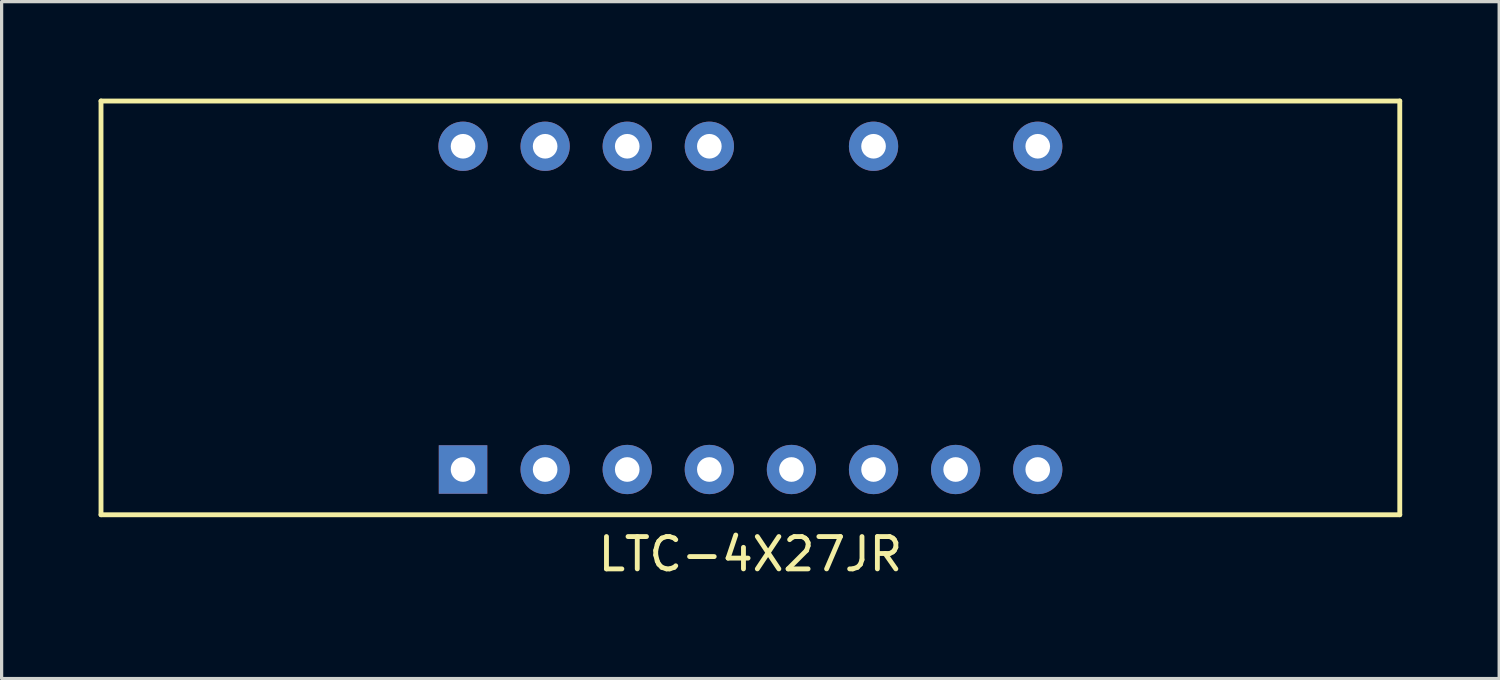
<source format=kicad_pcb>
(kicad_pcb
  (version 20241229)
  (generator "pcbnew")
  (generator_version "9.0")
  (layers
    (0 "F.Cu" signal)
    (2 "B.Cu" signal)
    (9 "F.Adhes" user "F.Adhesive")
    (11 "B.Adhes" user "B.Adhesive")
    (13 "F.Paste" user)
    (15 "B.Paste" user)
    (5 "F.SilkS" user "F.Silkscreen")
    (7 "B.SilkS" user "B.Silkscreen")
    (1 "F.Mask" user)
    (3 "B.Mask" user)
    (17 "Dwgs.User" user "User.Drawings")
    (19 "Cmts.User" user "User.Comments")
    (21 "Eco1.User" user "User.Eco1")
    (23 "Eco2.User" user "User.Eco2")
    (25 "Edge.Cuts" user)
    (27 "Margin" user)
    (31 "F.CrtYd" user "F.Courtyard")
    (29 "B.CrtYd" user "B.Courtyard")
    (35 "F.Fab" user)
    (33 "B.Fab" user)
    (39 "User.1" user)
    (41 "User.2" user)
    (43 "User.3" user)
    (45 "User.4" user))
  (footprint "LTC-4X27JR"
    (layer "F.Cu")
    (at 20.165 6.475)
    (property "Reference" "LTC-4X27JR" (at 0 7.62 0) (layer "F.SilkS") (effects (font (size 1 1) (thickness 0.15))))
    (attr through_hole)
    (fp_line (start -20.09 -6.4) (end 20.09 -6.4) (stroke (width 0.15) (type solid)) (layer "F.SilkS"))
    (fp_line (start -20.09 6.4) (end -20.09 -6.4) (stroke (width 0.15) (type solid)) (layer "F.SilkS"))
    (fp_line (start 20.09 -6.4) (end 20.09 6.4) (stroke (width 0.15) (type solid)) (layer "F.SilkS"))
    (fp_line (start 20.09 6.4) (end -20.09 6.4) (stroke (width 0.15) (type solid)) (layer "F.SilkS"))
    (pad "1" thru_hole rect (at -8.89 5) (size 1.5 1.5) (drill 0.762) (layers "*.Cu" "*.Mask"))
    (pad "2" thru_hole circle (at -6.35 5) (size 1.524 1.524) (drill 0.762) (layers "*.Cu" "*.Mask"))
    (pad "3" thru_hole circle (at -3.81 5) (size 1.524 1.524) (drill 0.762) (layers "*.Cu" "*.Mask"))
    (pad "4" thru_hole circle (at -1.27 5) (size 1.524 1.524) (drill 0.762) (layers "*.Cu" "*.Mask"))
    (pad "5" thru_hole circle (at 1.27 5) (size 1.524 1.524) (drill 0.762) (layers "*.Cu" "*.Mask"))
    (pad "6" thru_hole circle (at 3.81 5) (size 1.524 1.524) (drill 0.762) (layers "*.Cu" "*.Mask"))
    (pad "7" thru_hole circle (at 6.35 5) (size 1.524 1.524) (drill 0.762) (layers "*.Cu" "*.Mask"))
    (pad "8" thru_hole circle (at 8.89 5) (size 1.524 1.524) (drill 0.762) (layers "*.Cu" "*.Mask"))
    (pad "9" thru_hole circle (at 8.89 -5) (size 1.524 1.524) (drill 0.762) (layers "*.Cu" "*.Mask"))
    (pad "11" thru_hole circle (at 3.81 -5) (size 1.524 1.524) (drill 0.762) (layers "*.Cu" "*.Mask"))
    (pad "13" thru_hole circle (at -1.27 -5) (size 1.524 1.524) (drill 0.762) (layers "*.Cu" "*.Mask"))
    (pad "14" thru_hole circle (at -3.81 -5) (size 1.524 1.524) (drill 0.762) (layers "*.Cu" "*.Mask"))
    (pad "15" thru_hole circle (at -6.35 -5) (size 1.524 1.524) (drill 0.762) (layers "*.Cu" "*.Mask"))
    (pad "16" thru_hole circle (at -8.89 -5) (size 1.524 1.524) (drill 0.762) (layers "*.Cu" "*.Mask")))
  (gr_rect
    (start -3 -3)
    (end 43.33 17.943)
    (stroke (width 0.1) (type default))
    (fill no)
    (layer "Edge.Cuts")))
</source>
